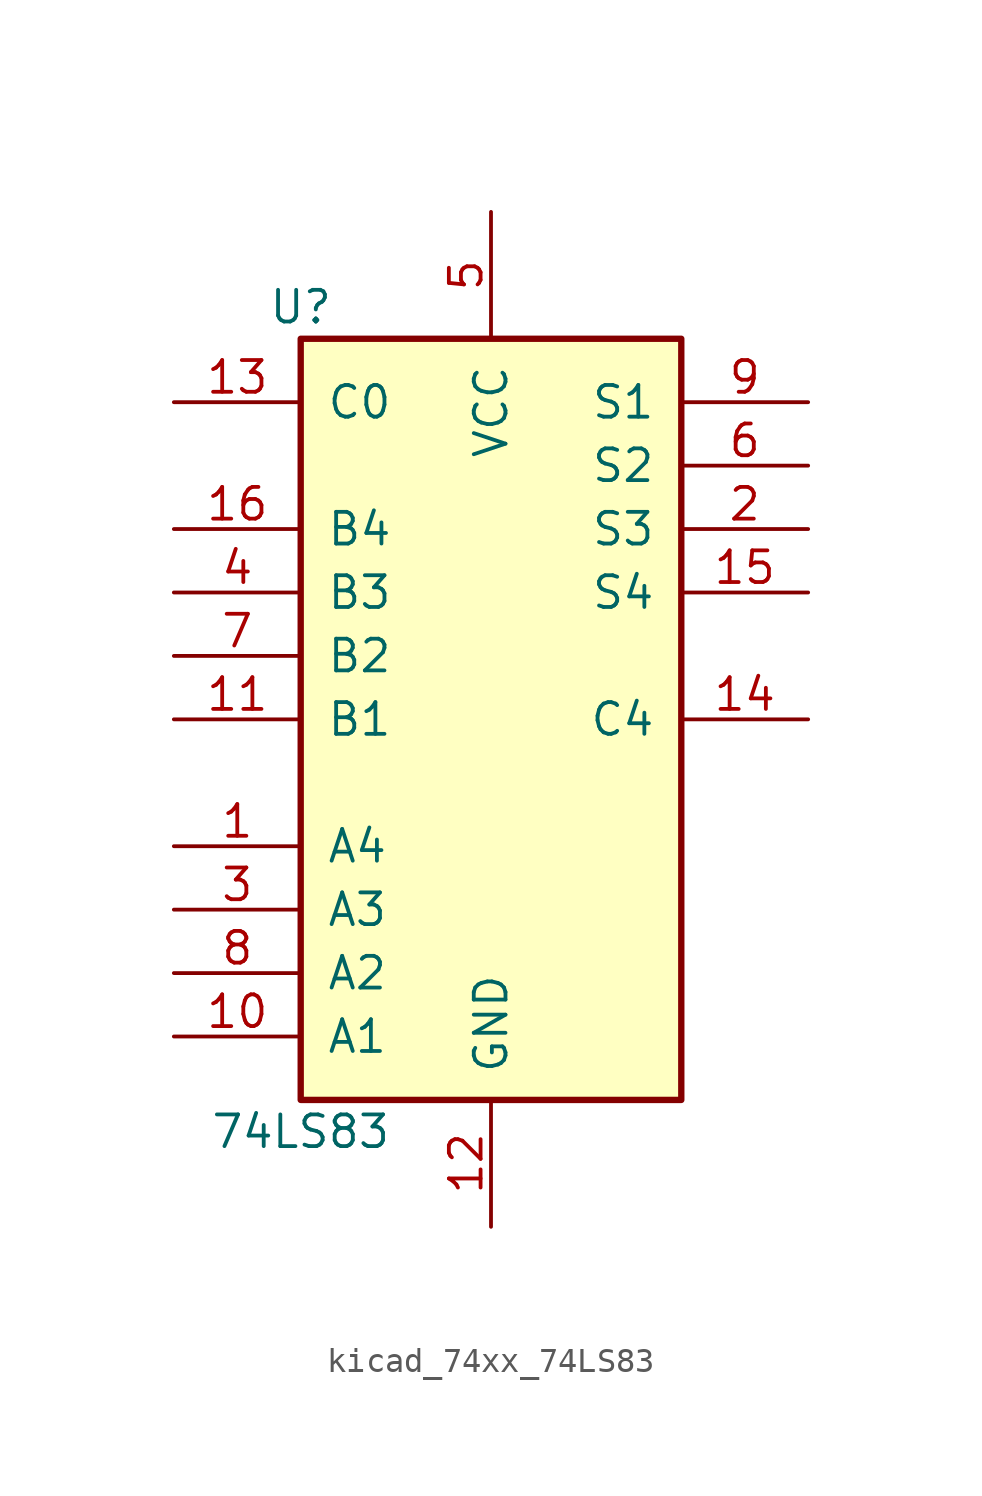
<source format=kicad_sym>
(kicad_symbol_lib
  (version 20220914)
  (generator kicad_symbol_editor)
  (symbol "kicad_74xx_74LS83"
    (pin_names
      (offset 1.016))
    (property "Reference" "U"
      (at -7.62 16.51 0)
      (effects (font (size 1.27 1.27))))
    (property "Value" "74LS83"
      (at -7.62 -16.51 0)
      (effects (font (size 1.27 1.27))))
    (property "ki_locked" ""
      (at 0 0 0)
      (effects (font (size 1.27 1.27))))
    (symbol "kicad_74xx_74LS83_1_0"
      (pin input line (at -12.7 -5.08 0) (length 5.08) (name "A4" (effects (font (size 1.27 1.27)))) (number "1" (effects (font (size 1.27 1.27)))))
      (pin input line (at -12.7 -12.7 0) (length 5.08) (name "A1" (effects (font (size 1.27 1.27)))) (number "10" (effects (font (size 1.27 1.27)))))
      (pin input line (at -12.7 0 0) (length 5.08) (name "B1" (effects (font (size 1.27 1.27)))) (number "11" (effects (font (size 1.27 1.27)))))
      (pin power_in line (at 0 -20.32 90) (length 5.08) (name "GND" (effects (font (size 1.27 1.27)))) (number "12" (effects (font (size 1.27 1.27)))))
      (pin input line (at -12.7 12.7 0) (length 5.08) (name "C0" (effects (font (size 1.27 1.27)))) (number "13" (effects (font (size 1.27 1.27)))))
      (pin output line (at 12.7 0 180) (length 5.08) (name "C4" (effects (font (size 1.27 1.27)))) (number "14" (effects (font (size 1.27 1.27)))))
      (pin output line (at 12.7 5.08 180) (length 5.08) (name "S4" (effects (font (size 1.27 1.27)))) (number "15" (effects (font (size 1.27 1.27)))))
      (pin input line (at -12.7 7.62 0) (length 5.08) (name "B4" (effects (font (size 1.27 1.27)))) (number "16" (effects (font (size 1.27 1.27)))))
      (pin output line (at 12.7 7.62 180) (length 5.08) (name "S3" (effects (font (size 1.27 1.27)))) (number "2" (effects (font (size 1.27 1.27)))))
      (pin input line (at -12.7 -7.62 0) (length 5.08) (name "A3" (effects (font (size 1.27 1.27)))) (number "3" (effects (font (size 1.27 1.27)))))
      (pin input line (at -12.7 5.08 0) (length 5.08) (name "B3" (effects (font (size 1.27 1.27)))) (number "4" (effects (font (size 1.27 1.27)))))
      (pin power_in line (at 0 20.32 270) (length 5.08) (name "VCC" (effects (font (size 1.27 1.27)))) (number "5" (effects (font (size 1.27 1.27)))))
      (pin output line (at 12.7 10.16 180) (length 5.08) (name "S2" (effects (font (size 1.27 1.27)))) (number "6" (effects (font (size 1.27 1.27)))))
      (pin input line (at -12.7 2.54 0) (length 5.08) (name "B2" (effects (font (size 1.27 1.27)))) (number "7" (effects (font (size 1.27 1.27)))))
      (pin input line (at -12.7 -10.16 0) (length 5.08) (name "A2" (effects (font (size 1.27 1.27)))) (number "8" (effects (font (size 1.27 1.27)))))
      (pin output line (at 12.7 12.7 180) (length 5.08) (name "S1" (effects (font (size 1.27 1.27)))) (number "9" (effects (font (size 1.27 1.27))))))
    (symbol "kicad_74xx_74LS83_1_1"
      (rectangle (start -7.62 15.24) (end 7.62 -15.24) (stroke (width 0.254) (type default)) (fill (type background))))))
</source>
